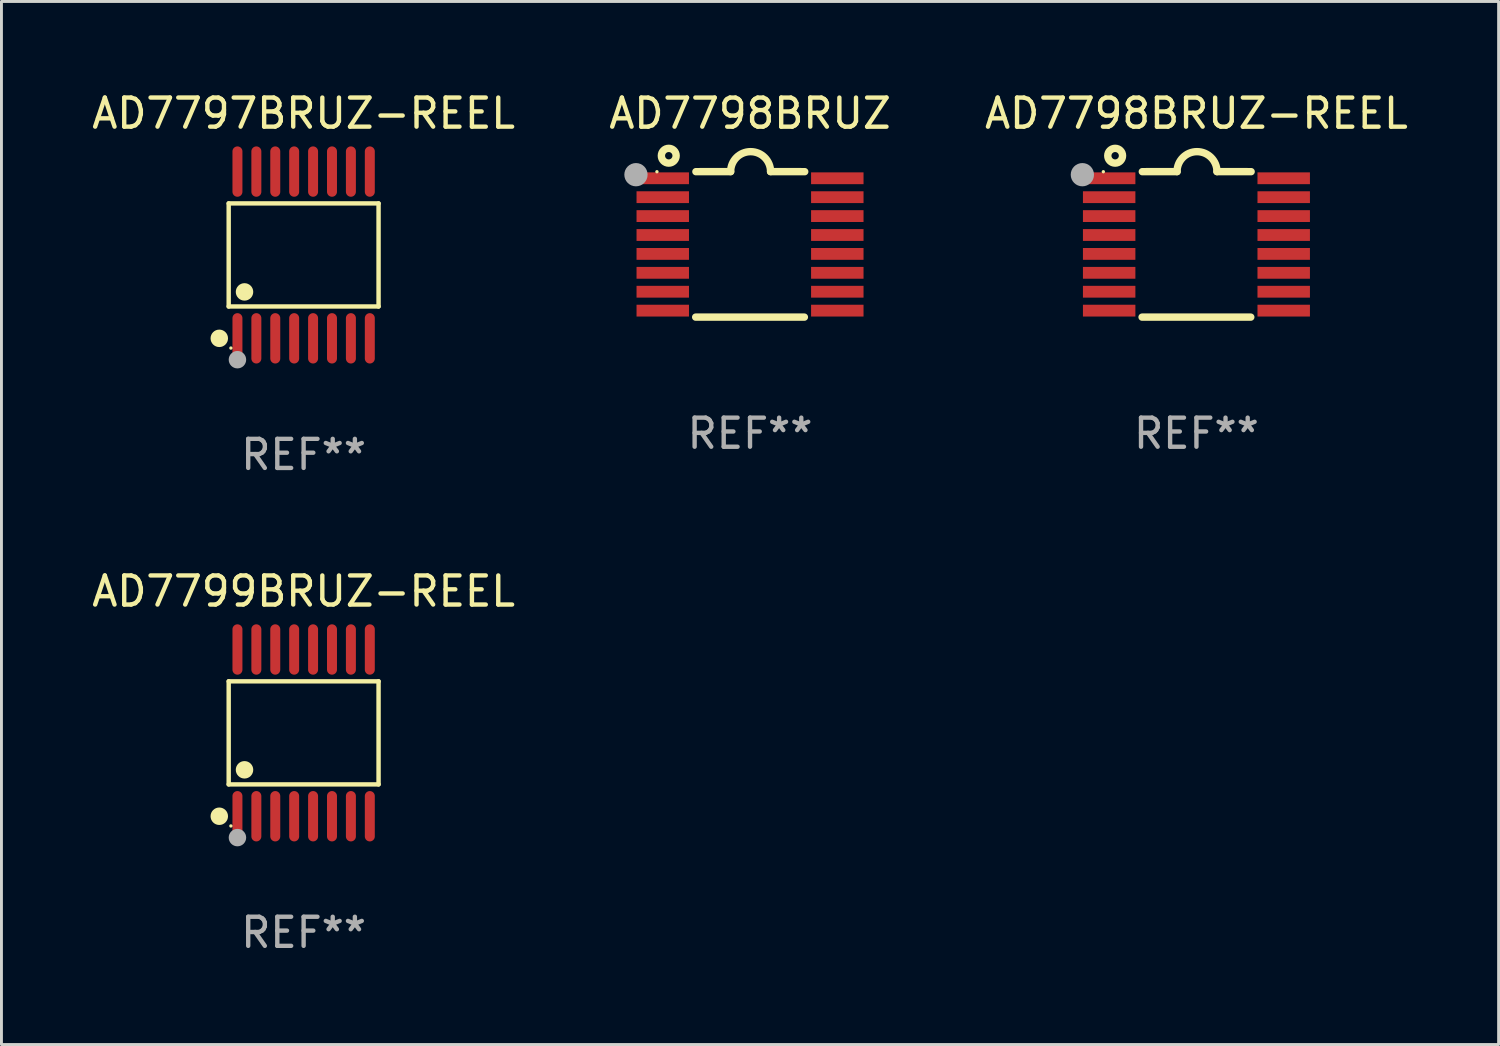
<source format=kicad_pcb>
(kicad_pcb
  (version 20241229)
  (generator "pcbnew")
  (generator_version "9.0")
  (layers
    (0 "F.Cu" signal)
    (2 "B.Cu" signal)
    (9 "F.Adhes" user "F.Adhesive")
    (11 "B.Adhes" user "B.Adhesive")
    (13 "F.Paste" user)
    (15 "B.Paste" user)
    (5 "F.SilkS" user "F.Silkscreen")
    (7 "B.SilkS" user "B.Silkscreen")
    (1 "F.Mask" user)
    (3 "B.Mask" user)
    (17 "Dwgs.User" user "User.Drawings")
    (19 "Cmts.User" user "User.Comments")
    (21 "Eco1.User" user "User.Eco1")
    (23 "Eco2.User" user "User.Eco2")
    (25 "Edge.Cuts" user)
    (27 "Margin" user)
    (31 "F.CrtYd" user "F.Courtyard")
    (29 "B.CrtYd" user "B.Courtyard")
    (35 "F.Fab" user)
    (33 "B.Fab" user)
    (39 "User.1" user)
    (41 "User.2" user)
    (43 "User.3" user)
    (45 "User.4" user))
  (footprint "AD7797BRUZ-REEL"
    (layer "F.Cu")
    (at 7.387 5.714)
    (property "Reference" "AD7797BRUZ-REEL" (at 0 -4.866 0) (layer "F.SilkS") (effects (font (size 1 1) (thickness 0.15))))
    (attr through_hole)
    (fp_line (start -2.576 -1.772) (end 2.576 -1.772) (stroke (width 0.152) (type solid)) (layer "F.SilkS"))
    (fp_line (start -2.576 1.771) (end -2.576 -1.772) (stroke (width 0.152) (type solid)) (layer "F.SilkS"))
    (fp_line (start 2.576 -1.772) (end 2.576 1.771) (stroke (width 0.152) (type solid)) (layer "F.SilkS"))
    (fp_line (start 2.576 1.771) (end -2.576 1.771) (stroke (width 0.152) (type solid)) (layer "F.SilkS"))
    (fp_circle (center -2.899 2.866) (end -2.749 2.866) (stroke (width 0.3) (type solid)) (fill no) (layer "F.SilkS"))
    (fp_circle (center -2.5 3.2) (end -2.47 3.2) (stroke (width 0.06) (type solid)) (fill no) (layer "F.SilkS"))
    (fp_circle (center -2.032 1.27) (end -1.882 1.27) (stroke (width 0.3) (type solid)) (fill no) (layer "F.SilkS"))
    (fp_circle (center -2.275 3.6) (end -2.125 3.6) (stroke (width 0.3) (type solid)) (fill no) (layer "F.Fab"))
    (fp_text user "REF**" (at 0 6.866 0) (layer "F.Fab") (effects (font (size 1 1) (thickness 0.15))))
    (pad "1" smd oval (at -2.275 2.866) (size 0.343 1.731) (layers "F.Cu" "F.Mask" "F.Paste"))
    (pad "2" smd oval (at -1.625 2.866) (size 0.343 1.731) (layers "F.Cu" "F.Mask" "F.Paste"))
    (pad "3" smd oval (at -0.975 2.866) (size 0.343 1.731) (layers "F.Cu" "F.Mask" "F.Paste"))
    (pad "4" smd oval (at -0.325 2.866) (size 0.343 1.731) (layers "F.Cu" "F.Mask" "F.Paste"))
    (pad "5" smd oval (at 0.325 2.866) (size 0.343 1.731) (layers "F.Cu" "F.Mask" "F.Paste"))
    (pad "6" smd oval (at 0.975 2.866) (size 0.343 1.731) (layers "F.Cu" "F.Mask" "F.Paste"))
    (pad "7" smd oval (at 1.625 2.866) (size 0.343 1.731) (layers "F.Cu" "F.Mask" "F.Paste"))
    (pad "8" smd oval (at 2.275 2.866) (size 0.343 1.731) (layers "F.Cu" "F.Mask" "F.Paste"))
    (pad "9" smd oval (at 2.275 -2.866) (size 0.343 1.731) (layers "F.Cu" "F.Mask" "F.Paste"))
    (pad "10" smd oval (at 1.625 -2.866) (size 0.343 1.731) (layers "F.Cu" "F.Mask" "F.Paste"))
    (pad "11" smd oval (at 0.975 -2.866) (size 0.343 1.731) (layers "F.Cu" "F.Mask" "F.Paste"))
    (pad "12" smd oval (at 0.325 -2.866) (size 0.343 1.731) (layers "F.Cu" "F.Mask" "F.Paste"))
    (pad "13" smd oval (at -0.325 -2.866) (size 0.343 1.731) (layers "F.Cu" "F.Mask" "F.Paste"))
    (pad "14" smd oval (at -0.975 -2.866) (size 0.343 1.731) (layers "F.Cu" "F.Mask" "F.Paste"))
    (pad "15" smd oval (at -1.625 -2.866) (size 0.343 1.731) (layers "F.Cu" "F.Mask" "F.Paste"))
    (pad "16" smd oval (at -2.275 -2.866) (size 0.343 1.731) (layers "F.Cu" "F.Mask" "F.Paste")))
  (footprint "AD7798BRUZ"
    (layer "F.Cu")
    (at 22.732 5.35)
    (property "Reference" "AD7798BRUZ" (at 0 -4.501 0) (layer "F.SilkS") (effects (font (size 1 1) (thickness 0.15))))
    (attr through_hole)
    (fp_line (start -1.868 2.501) (end 1.868 2.501) (stroke (width 0.254) (type solid)) (layer "F.SilkS"))
    (fp_line (start -1.86 -2.499) (end -0.666 -2.501) (stroke (width 0.254) (type solid)) (layer "F.SilkS"))
    (fp_line (start 0.706 -2.501) (end 1.88 -2.499) (stroke (width 0.254) (type solid)) (layer "F.SilkS"))
    (fp_arc (start -0.665914 -2.501448) (mid 0.019888 -3.18725) (end 0.70569 -2.501448) (stroke (width 0.254001) (type solid)) (layer "F.SilkS"))
    (fp_circle (center -3.2 -2.497) (end -3.17 -2.497) (stroke (width 0.06) (type solid)) (fill no) (layer "F.SilkS"))
    (fp_circle (center -2.794 -3.047) (end -2.54 -3.047) (stroke (width 0.254) (type solid)) (fill no) (layer "F.SilkS"))
    (fp_circle (center -3.921 -2.395) (end -3.721 -2.395) (stroke (width 0.4) (type solid)) (fill no) (layer "F.Fab"))
    (fp_text user "REF**" (at 0 6.501 0) (layer "F.Fab") (effects (font (size 1 1) (thickness 0.15))))
    (pad "1" smd rect (at -3 -2.272) (size 1.803 0.406) (layers "F.Cu" "F.Mask" "F.Paste"))
    (pad "2" smd rect (at -3 -1.622) (size 1.803 0.406) (layers "F.Cu" "F.Mask" "F.Paste"))
    (pad "3" smd rect (at -3 -0.972) (size 1.803 0.406) (layers "F.Cu" "F.Mask" "F.Paste"))
    (pad "4" smd rect (at -3 -0.322) (size 1.803 0.406) (layers "F.Cu" "F.Mask" "F.Paste"))
    (pad "5" smd rect (at -3 0.328) (size 1.803 0.406) (layers "F.Cu" "F.Mask" "F.Paste"))
    (pad "6" smd rect (at -3 0.978) (size 1.803 0.406) (layers "F.Cu" "F.Mask" "F.Paste"))
    (pad "7" smd rect (at -3 1.628) (size 1.803 0.406) (layers "F.Cu" "F.Mask" "F.Paste"))
    (pad "8" smd rect (at -3 2.278) (size 1.803 0.406) (layers "F.Cu" "F.Mask" "F.Paste"))
    (pad "9" smd rect (at 3 2.278) (size 1.803 0.406) (layers "F.Cu" "F.Mask" "F.Paste"))
    (pad "10" smd rect (at 3 1.628) (size 1.803 0.406) (layers "F.Cu" "F.Mask" "F.Paste"))
    (pad "11" smd rect (at 3 0.978) (size 1.803 0.406) (layers "F.Cu" "F.Mask" "F.Paste"))
    (pad "12" smd rect (at 3 0.328) (size 1.803 0.406) (layers "F.Cu" "F.Mask" "F.Paste"))
    (pad "13" smd rect (at 3 -0.322) (size 1.803 0.406) (layers "F.Cu" "F.Mask" "F.Paste"))
    (pad "14" smd rect (at 3 -0.972) (size 1.803 0.406) (layers "F.Cu" "F.Mask" "F.Paste"))
    (pad "15" smd rect (at 3 -1.622) (size 1.803 0.406) (layers "F.Cu" "F.Mask" "F.Paste"))
    (pad "16" smd rect (at 3 -2.272) (size 1.803 0.406) (layers "F.Cu" "F.Mask" "F.Paste")))
  (footprint "AD7798BRUZ-REEL"
    (layer "F.Cu")
    (at 38.077 5.35)
    (property "Reference" "AD7798BRUZ-REEL" (at 0 -4.501 0) (layer "F.SilkS") (effects (font (size 1 1) (thickness 0.15))))
    (attr through_hole)
    (fp_line (start -1.868 2.501) (end 1.868 2.501) (stroke (width 0.254) (type solid)) (layer "F.SilkS"))
    (fp_line (start -1.86 -2.499) (end -0.666 -2.501) (stroke (width 0.254) (type solid)) (layer "F.SilkS"))
    (fp_line (start 0.706 -2.501) (end 1.88 -2.499) (stroke (width 0.254) (type solid)) (layer "F.SilkS"))
    (fp_arc (start -0.665914 -2.501448) (mid 0.019888 -3.18725) (end 0.70569 -2.501448) (stroke (width 0.254001) (type solid)) (layer "F.SilkS"))
    (fp_circle (center -3.2 -2.497) (end -3.17 -2.497) (stroke (width 0.06) (type solid)) (fill no) (layer "F.SilkS"))
    (fp_circle (center -2.794 -3.047) (end -2.54 -3.047) (stroke (width 0.254) (type solid)) (fill no) (layer "F.SilkS"))
    (fp_circle (center -3.921 -2.395) (end -3.721 -2.395) (stroke (width 0.4) (type solid)) (fill no) (layer "F.Fab"))
    (fp_text user "REF**" (at 0 6.501 0) (layer "F.Fab") (effects (font (size 1 1) (thickness 0.15))))
    (pad "1" smd rect (at -3 -2.272) (size 1.803 0.406) (layers "F.Cu" "F.Mask" "F.Paste"))
    (pad "2" smd rect (at -3 -1.622) (size 1.803 0.406) (layers "F.Cu" "F.Mask" "F.Paste"))
    (pad "3" smd rect (at -3 -0.972) (size 1.803 0.406) (layers "F.Cu" "F.Mask" "F.Paste"))
    (pad "4" smd rect (at -3 -0.322) (size 1.803 0.406) (layers "F.Cu" "F.Mask" "F.Paste"))
    (pad "5" smd rect (at -3 0.328) (size 1.803 0.406) (layers "F.Cu" "F.Mask" "F.Paste"))
    (pad "6" smd rect (at -3 0.978) (size 1.803 0.406) (layers "F.Cu" "F.Mask" "F.Paste"))
    (pad "7" smd rect (at -3 1.628) (size 1.803 0.406) (layers "F.Cu" "F.Mask" "F.Paste"))
    (pad "8" smd rect (at -3 2.278) (size 1.803 0.406) (layers "F.Cu" "F.Mask" "F.Paste"))
    (pad "9" smd rect (at 3 2.278) (size 1.803 0.406) (layers "F.Cu" "F.Mask" "F.Paste"))
    (pad "10" smd rect (at 3 1.628) (size 1.803 0.406) (layers "F.Cu" "F.Mask" "F.Paste"))
    (pad "11" smd rect (at 3 0.978) (size 1.803 0.406) (layers "F.Cu" "F.Mask" "F.Paste"))
    (pad "12" smd rect (at 3 0.328) (size 1.803 0.406) (layers "F.Cu" "F.Mask" "F.Paste"))
    (pad "13" smd rect (at 3 -0.322) (size 1.803 0.406) (layers "F.Cu" "F.Mask" "F.Paste"))
    (pad "14" smd rect (at 3 -0.972) (size 1.803 0.406) (layers "F.Cu" "F.Mask" "F.Paste"))
    (pad "15" smd rect (at 3 -1.622) (size 1.803 0.406) (layers "F.Cu" "F.Mask" "F.Paste"))
    (pad "16" smd rect (at 3 -2.272) (size 1.803 0.406) (layers "F.Cu" "F.Mask" "F.Paste")))
  (footprint "AD7799BRUZ-REEL"
    (layer "F.Cu")
    (at 7.387 22.142)
    (property "Reference" "AD7799BRUZ-REEL" (at 0 -4.866 0) (layer "F.SilkS") (effects (font (size 1 1) (thickness 0.15))))
    (attr through_hole)
    (fp_line (start -2.576 -1.772) (end 2.576 -1.772) (stroke (width 0.152) (type solid)) (layer "F.SilkS"))
    (fp_line (start -2.576 1.771) (end -2.576 -1.772) (stroke (width 0.152) (type solid)) (layer "F.SilkS"))
    (fp_line (start 2.576 -1.772) (end 2.576 1.771) (stroke (width 0.152) (type solid)) (layer "F.SilkS"))
    (fp_line (start 2.576 1.771) (end -2.576 1.771) (stroke (width 0.152) (type solid)) (layer "F.SilkS"))
    (fp_circle (center -2.899 2.866) (end -2.749 2.866) (stroke (width 0.3) (type solid)) (fill no) (layer "F.SilkS"))
    (fp_circle (center -2.5 3.2) (end -2.47 3.2) (stroke (width 0.06) (type solid)) (fill no) (layer "F.SilkS"))
    (fp_circle (center -2.032 1.27) (end -1.882 1.27) (stroke (width 0.3) (type solid)) (fill no) (layer "F.SilkS"))
    (fp_circle (center -2.275 3.6) (end -2.125 3.6) (stroke (width 0.3) (type solid)) (fill no) (layer "F.Fab"))
    (fp_text user "REF**" (at 0 6.866 0) (layer "F.Fab") (effects (font (size 1 1) (thickness 0.15))))
    (pad "1" smd oval (at -2.275 2.866) (size 0.343 1.731) (layers "F.Cu" "F.Mask" "F.Paste"))
    (pad "2" smd oval (at -1.625 2.866) (size 0.343 1.731) (layers "F.Cu" "F.Mask" "F.Paste"))
    (pad "3" smd oval (at -0.975 2.866) (size 0.343 1.731) (layers "F.Cu" "F.Mask" "F.Paste"))
    (pad "4" smd oval (at -0.325 2.866) (size 0.343 1.731) (layers "F.Cu" "F.Mask" "F.Paste"))
    (pad "5" smd oval (at 0.325 2.866) (size 0.343 1.731) (layers "F.Cu" "F.Mask" "F.Paste"))
    (pad "6" smd oval (at 0.975 2.866) (size 0.343 1.731) (layers "F.Cu" "F.Mask" "F.Paste"))
    (pad "7" smd oval (at 1.625 2.866) (size 0.343 1.731) (layers "F.Cu" "F.Mask" "F.Paste"))
    (pad "8" smd oval (at 2.275 2.866) (size 0.343 1.731) (layers "F.Cu" "F.Mask" "F.Paste"))
    (pad "9" smd oval (at 2.275 -2.866) (size 0.343 1.731) (layers "F.Cu" "F.Mask" "F.Paste"))
    (pad "10" smd oval (at 1.625 -2.866) (size 0.343 1.731) (layers "F.Cu" "F.Mask" "F.Paste"))
    (pad "11" smd oval (at 0.975 -2.866) (size 0.343 1.731) (layers "F.Cu" "F.Mask" "F.Paste"))
    (pad "12" smd oval (at 0.325 -2.866) (size 0.343 1.731) (layers "F.Cu" "F.Mask" "F.Paste"))
    (pad "13" smd oval (at -0.325 -2.866) (size 0.343 1.731) (layers "F.Cu" "F.Mask" "F.Paste"))
    (pad "14" smd oval (at -0.975 -2.866) (size 0.343 1.731) (layers "F.Cu" "F.Mask" "F.Paste"))
    (pad "15" smd oval (at -1.625 -2.866) (size 0.343 1.731) (layers "F.Cu" "F.Mask" "F.Paste"))
    (pad "16" smd oval (at -2.275 -2.866) (size 0.343 1.731) (layers "F.Cu" "F.Mask" "F.Paste")))
  (gr_rect
    (start -3 -3)
    (end 48.464 32.856)
    (stroke (width 0.1) (type default))
    (fill no)
    (layer "Edge.Cuts")))
</source>
